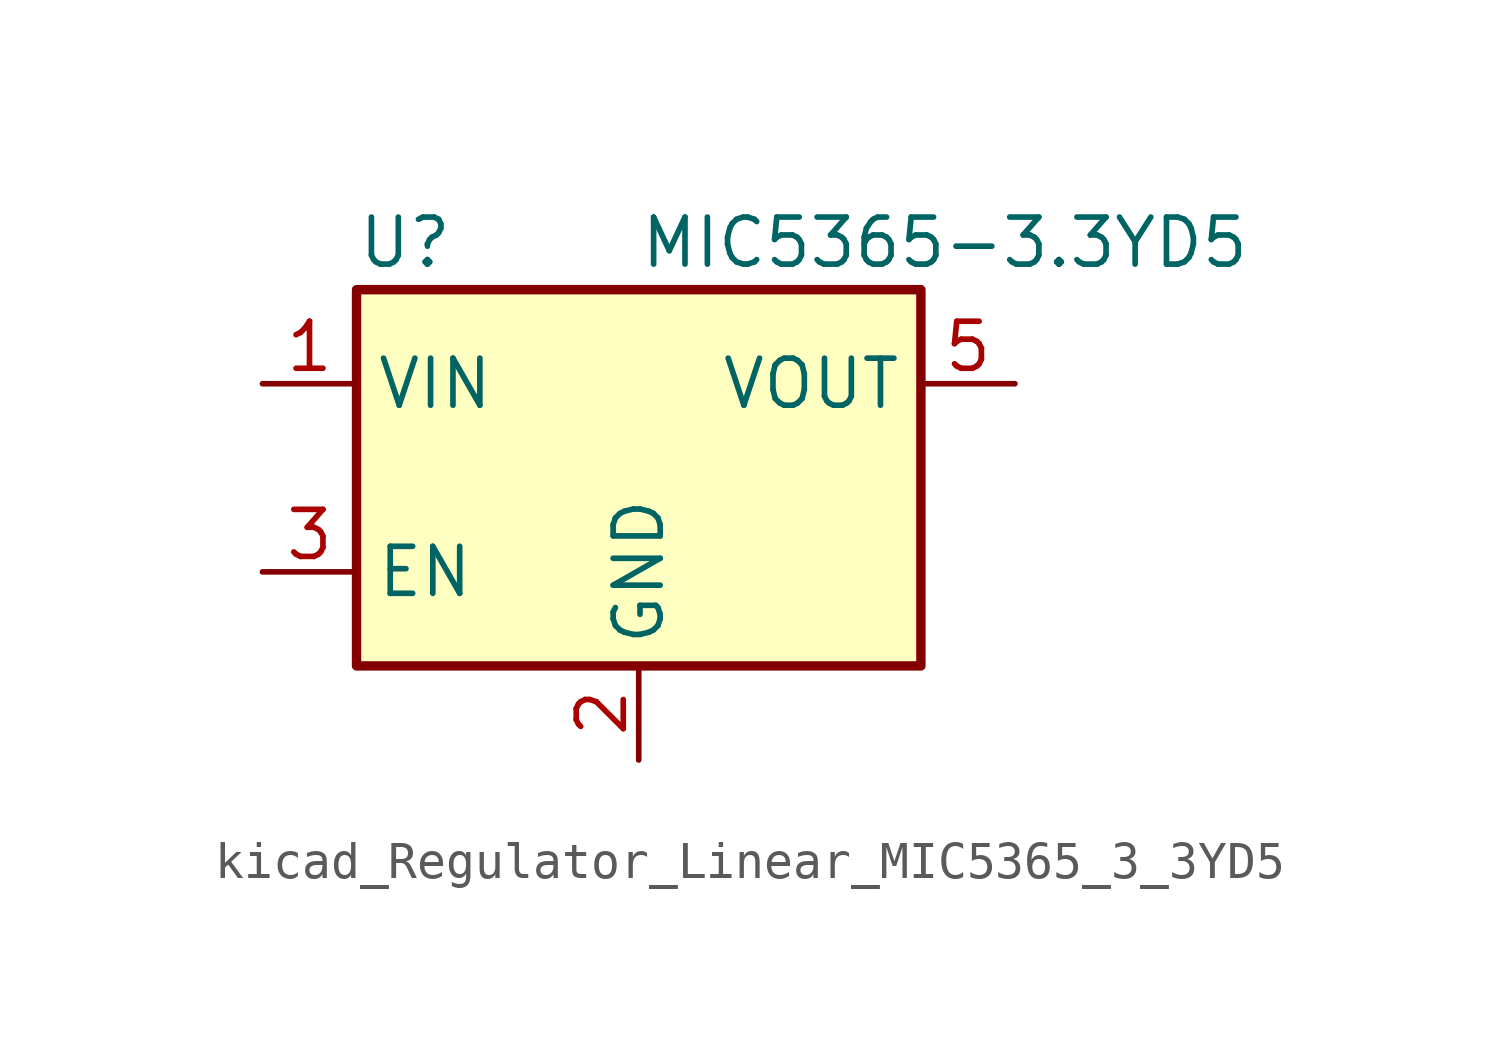
<source format=kicad_sym>
(kicad_symbol_lib
  (version 20220914)
  (generator kicad_symbol_editor)
  (symbol "kicad_Regulator_Linear_MIC5365_3_3YD5"
    (property "Reference" "U"
      (at -7.62 6.35 0)
      (effects (font (size 1.27 1.27)) (justify left)))
    (property "Value" "MIC5365-3.3YD5"
      (at 0 6.35 0)
      (effects (font (size 1.27 1.27)) (justify left)))
    (symbol "kicad_Regulator_Linear_MIC5365_3_3YD5_0_1"
      (rectangle (start -7.62 -5.08) (end 7.62 5.08) (stroke (width 0.254) (type default)) (fill (type background))))
    (symbol "kicad_Regulator_Linear_MIC5365_3_3YD5_1_1"
      (pin power_in line (at -10.16 2.54 0) (length 2.54) (name "VIN" (effects (font (size 1.27 1.27)))) (number "1" (effects (font (size 1.27 1.27)))))
      (pin power_in line (at 0 -7.62 90) (length 2.54) (name "GND" (effects (font (size 1.27 1.27)))) (number "2" (effects (font (size 1.27 1.27)))))
      (pin input line (at -10.16 -2.54 0) (length 2.54) (name "EN" (effects (font (size 1.27 1.27)))) (number "3" (effects (font (size 1.27 1.27)))))
      (pin no_connect line (at 7.62 -2.54 180) (length 2.54) hide (name "NC" (effects (font (size 1.27 1.27)))) (number "4" (effects (font (size 1.27 1.27)))))
      (pin power_out line (at 10.16 2.54 180) (length 2.54) (name "VOUT" (effects (font (size 1.27 1.27)))) (number "5" (effects (font (size 1.27 1.27))))))))
</source>
